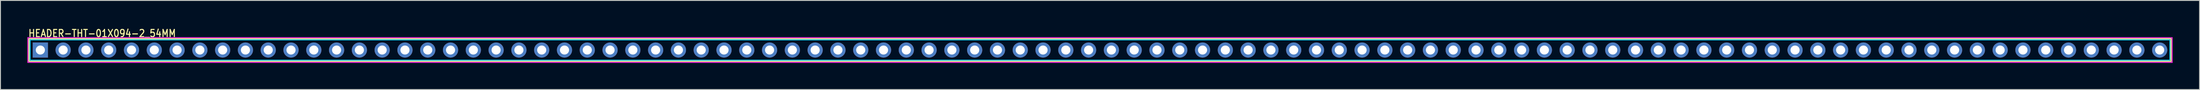
<source format=kicad_pcb>
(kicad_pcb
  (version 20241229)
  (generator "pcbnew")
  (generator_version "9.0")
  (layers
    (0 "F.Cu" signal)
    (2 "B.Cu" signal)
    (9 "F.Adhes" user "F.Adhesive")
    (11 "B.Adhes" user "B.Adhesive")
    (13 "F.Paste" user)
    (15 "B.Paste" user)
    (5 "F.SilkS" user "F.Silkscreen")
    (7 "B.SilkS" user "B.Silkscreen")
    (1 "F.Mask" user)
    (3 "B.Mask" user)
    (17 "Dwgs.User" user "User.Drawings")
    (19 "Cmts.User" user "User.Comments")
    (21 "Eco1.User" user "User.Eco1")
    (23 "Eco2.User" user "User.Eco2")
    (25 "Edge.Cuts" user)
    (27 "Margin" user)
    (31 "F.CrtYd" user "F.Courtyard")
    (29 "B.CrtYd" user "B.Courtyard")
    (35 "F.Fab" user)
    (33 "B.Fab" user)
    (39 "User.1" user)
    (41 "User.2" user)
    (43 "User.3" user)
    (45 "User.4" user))
  (footprint "HEADER-THT-01X094-2_54MM"
    (layer "F.Cu")
    (at 1.447 2.579)
    (property "Reference" "HEADER-THT-01X094-2_54MM" (at -1.4 -1.4 0) (unlocked yes) (layer "F.SilkS") (effects (font (size 0.813 0.695) (thickness 0.122)) (justify left bottom)))
    (fp_line (start -1.27 -1.27) (end -1.27 1.27) (stroke (width 0.127) (type solid)) (layer "F.SilkS"))
    (fp_line (start -1.27 1.27) (end 237.49 1.27) (stroke (width 0.127) (type solid)) (layer "F.SilkS"))
    (fp_line (start 237.49 -1.27) (end -1.27 -1.27) (stroke (width 0.127) (type solid)) (layer "F.SilkS"))
    (fp_line (start 237.49 1.27) (end 237.49 -1.27) (stroke (width 0.127) (type solid)) (layer "F.SilkS"))
    (fp_poly (pts (xy -1.143 -1.143) (xy 237.363 -1.143) (xy 237.363 1.143) (xy -1.143 1.143)) (stroke (width 0.1) (type solid)) (fill no) (layer "B.CrtYd"))
    (fp_poly (pts (xy -1.397 -1.397) (xy 237.617 -1.397) (xy 237.617 1.397) (xy -1.397 1.397)) (stroke (width 0.1) (type solid)) (fill no) (layer "F.CrtYd"))
    (pad "1" thru_hole rect (at 0 0) (size 1.693 1.693) (drill 1.016) (layers "*.Cu" "*.Mask"))
    (pad "2" thru_hole oval (at 2.54 0) (size 1.693 1.693) (drill 1.016) (layers "*.Cu" "*.Mask"))
    (pad "3" thru_hole oval (at 5.08 0) (size 1.693 1.693) (drill 1.016) (layers "*.Cu" "*.Mask"))
    (pad "4" thru_hole oval (at 7.62 0) (size 1.693 1.693) (drill 1.016) (layers "*.Cu" "*.Mask"))
    (pad "5" thru_hole oval (at 10.16 0) (size 1.693 1.693) (drill 1.016) (layers "*.Cu" "*.Mask"))
    (pad "6" thru_hole oval (at 12.7 0) (size 1.693 1.693) (drill 1.016) (layers "*.Cu" "*.Mask"))
    (pad "7" thru_hole oval (at 15.24 0) (size 1.693 1.693) (drill 1.016) (layers "*.Cu" "*.Mask"))
    (pad "8" thru_hole oval (at 17.78 0) (size 1.693 1.693) (drill 1.016) (layers "*.Cu" "*.Mask"))
    (pad "9" thru_hole oval (at 20.32 0) (size 1.693 1.693) (drill 1.016) (layers "*.Cu" "*.Mask"))
    (pad "10" thru_hole oval (at 22.86 0) (size 1.693 1.693) (drill 1.016) (layers "*.Cu" "*.Mask"))
    (pad "11" thru_hole oval (at 25.4 0) (size 1.693 1.693) (drill 1.016) (layers "*.Cu" "*.Mask"))
    (pad "12" thru_hole oval (at 27.94 0) (size 1.693 1.693) (drill 1.016) (layers "*.Cu" "*.Mask"))
    (pad "13" thru_hole oval (at 30.48 0) (size 1.693 1.693) (drill 1.016) (layers "*.Cu" "*.Mask"))
    (pad "14" thru_hole oval (at 33.02 0) (size 1.693 1.693) (drill 1.016) (layers "*.Cu" "*.Mask"))
    (pad "15" thru_hole oval (at 35.56 0) (size 1.693 1.693) (drill 1.016) (layers "*.Cu" "*.Mask"))
    (pad "16" thru_hole oval (at 38.1 0) (size 1.693 1.693) (drill 1.016) (layers "*.Cu" "*.Mask"))
    (pad "17" thru_hole oval (at 40.64 0) (size 1.693 1.693) (drill 1.016) (layers "*.Cu" "*.Mask"))
    (pad "18" thru_hole oval (at 43.18 0) (size 1.693 1.693) (drill 1.016) (layers "*.Cu" "*.Mask"))
    (pad "19" thru_hole oval (at 45.72 0) (size 1.693 1.693) (drill 1.016) (layers "*.Cu" "*.Mask"))
    (pad "20" thru_hole oval (at 48.26 0) (size 1.693 1.693) (drill 1.016) (layers "*.Cu" "*.Mask"))
    (pad "21" thru_hole oval (at 50.8 0) (size 1.693 1.693) (drill 1.016) (layers "*.Cu" "*.Mask"))
    (pad "22" thru_hole oval (at 53.34 0) (size 1.693 1.693) (drill 1.016) (layers "*.Cu" "*.Mask"))
    (pad "23" thru_hole oval (at 55.88 0) (size 1.693 1.693) (drill 1.016) (layers "*.Cu" "*.Mask"))
    (pad "24" thru_hole oval (at 58.42 0) (size 1.693 1.693) (drill 1.016) (layers "*.Cu" "*.Mask"))
    (pad "25" thru_hole oval (at 60.96 0) (size 1.693 1.693) (drill 1.016) (layers "*.Cu" "*.Mask"))
    (pad "26" thru_hole oval (at 63.5 0) (size 1.693 1.693) (drill 1.016) (layers "*.Cu" "*.Mask"))
    (pad "27" thru_hole oval (at 66.04 0) (size 1.693 1.693) (drill 1.016) (layers "*.Cu" "*.Mask"))
    (pad "28" thru_hole oval (at 68.58 0) (size 1.693 1.693) (drill 1.016) (layers "*.Cu" "*.Mask"))
    (pad "29" thru_hole oval (at 71.12 0) (size 1.693 1.693) (drill 1.016) (layers "*.Cu" "*.Mask"))
    (pad "30" thru_hole oval (at 73.66 0) (size 1.693 1.693) (drill 1.016) (layers "*.Cu" "*.Mask"))
    (pad "31" thru_hole oval (at 76.2 0) (size 1.693 1.693) (drill 1.016) (layers "*.Cu" "*.Mask"))
    (pad "32" thru_hole oval (at 78.74 0) (size 1.693 1.693) (drill 1.016) (layers "*.Cu" "*.Mask"))
    (pad "33" thru_hole oval (at 81.28 0) (size 1.693 1.693) (drill 1.016) (layers "*.Cu" "*.Mask"))
    (pad "34" thru_hole oval (at 83.82 0) (size 1.693 1.693) (drill 1.016) (layers "*.Cu" "*.Mask"))
    (pad "35" thru_hole oval (at 86.36 0) (size 1.693 1.693) (drill 1.016) (layers "*.Cu" "*.Mask"))
    (pad "36" thru_hole oval (at 88.9 0) (size 1.693 1.693) (drill 1.016) (layers "*.Cu" "*.Mask"))
    (pad "37" thru_hole oval (at 91.44 0) (size 1.693 1.693) (drill 1.016) (layers "*.Cu" "*.Mask"))
    (pad "38" thru_hole oval (at 93.98 0) (size 1.693 1.693) (drill 1.016) (layers "*.Cu" "*.Mask"))
    (pad "39" thru_hole oval (at 96.52 0) (size 1.693 1.693) (drill 1.016) (layers "*.Cu" "*.Mask"))
    (pad "40" thru_hole oval (at 99.06 0) (size 1.693 1.693) (drill 1.016) (layers "*.Cu" "*.Mask"))
    (pad "41" thru_hole oval (at 101.6 0) (size 1.693 1.693) (drill 1.016) (layers "*.Cu" "*.Mask"))
    (pad "42" thru_hole oval (at 104.14 0) (size 1.693 1.693) (drill 1.016) (layers "*.Cu" "*.Mask"))
    (pad "43" thru_hole oval (at 106.68 0) (size 1.693 1.693) (drill 1.016) (layers "*.Cu" "*.Mask"))
    (pad "44" thru_hole oval (at 109.22 0) (size 1.693 1.693) (drill 1.016) (layers "*.Cu" "*.Mask"))
    (pad "45" thru_hole oval (at 111.76 0) (size 1.693 1.693) (drill 1.016) (layers "*.Cu" "*.Mask"))
    (pad "46" thru_hole oval (at 114.3 0) (size 1.693 1.693) (drill 1.016) (layers "*.Cu" "*.Mask"))
    (pad "47" thru_hole oval (at 116.84 0) (size 1.693 1.693) (drill 1.016) (layers "*.Cu" "*.Mask"))
    (pad "48" thru_hole oval (at 119.38 0) (size 1.693 1.693) (drill 1.016) (layers "*.Cu" "*.Mask"))
    (pad "49" thru_hole oval (at 121.92 0) (size 1.693 1.693) (drill 1.016) (layers "*.Cu" "*.Mask"))
    (pad "50" thru_hole oval (at 124.46 0) (size 1.693 1.693) (drill 1.016) (layers "*.Cu" "*.Mask"))
    (pad "51" thru_hole oval (at 127 0) (size 1.693 1.693) (drill 1.016) (layers "*.Cu" "*.Mask"))
    (pad "52" thru_hole oval (at 129.54 0) (size 1.693 1.693) (drill 1.016) (layers "*.Cu" "*.Mask"))
    (pad "53" thru_hole oval (at 132.08 0) (size 1.693 1.693) (drill 1.016) (layers "*.Cu" "*.Mask"))
    (pad "54" thru_hole oval (at 134.62 0) (size 1.693 1.693) (drill 1.016) (layers "*.Cu" "*.Mask"))
    (pad "55" thru_hole oval (at 137.16 0) (size 1.693 1.693) (drill 1.016) (layers "*.Cu" "*.Mask"))
    (pad "56" thru_hole oval (at 139.7 0) (size 1.693 1.693) (drill 1.016) (layers "*.Cu" "*.Mask"))
    (pad "57" thru_hole oval (at 142.24 0) (size 1.693 1.693) (drill 1.016) (layers "*.Cu" "*.Mask"))
    (pad "58" thru_hole oval (at 144.78 0) (size 1.693 1.693) (drill 1.016) (layers "*.Cu" "*.Mask"))
    (pad "59" thru_hole oval (at 147.32 0) (size 1.693 1.693) (drill 1.016) (layers "*.Cu" "*.Mask"))
    (pad "60" thru_hole oval (at 149.86 0) (size 1.693 1.693) (drill 1.016) (layers "*.Cu" "*.Mask"))
    (pad "61" thru_hole oval (at 152.4 0) (size 1.693 1.693) (drill 1.016) (layers "*.Cu" "*.Mask"))
    (pad "62" thru_hole oval (at 154.94 0) (size 1.693 1.693) (drill 1.016) (layers "*.Cu" "*.Mask"))
    (pad "63" thru_hole oval (at 157.48 0) (size 1.693 1.693) (drill 1.016) (layers "*.Cu" "*.Mask"))
    (pad "64" thru_hole oval (at 160.02 0) (size 1.693 1.693) (drill 1.016) (layers "*.Cu" "*.Mask"))
    (pad "65" thru_hole oval (at 162.56 0) (size 1.693 1.693) (drill 1.016) (layers "*.Cu" "*.Mask"))
    (pad "66" thru_hole oval (at 165.1 0) (size 1.693 1.693) (drill 1.016) (layers "*.Cu" "*.Mask"))
    (pad "67" thru_hole oval (at 167.64 0) (size 1.693 1.693) (drill 1.016) (layers "*.Cu" "*.Mask"))
    (pad "68" thru_hole oval (at 170.18 0) (size 1.693 1.693) (drill 1.016) (layers "*.Cu" "*.Mask"))
    (pad "69" thru_hole oval (at 172.72 0) (size 1.693 1.693) (drill 1.016) (layers "*.Cu" "*.Mask"))
    (pad "70" thru_hole oval (at 175.26 0) (size 1.693 1.693) (drill 1.016) (layers "*.Cu" "*.Mask"))
    (pad "71" thru_hole oval (at 177.8 0) (size 1.693 1.693) (drill 1.016) (layers "*.Cu" "*.Mask"))
    (pad "72" thru_hole oval (at 180.34 0) (size 1.693 1.693) (drill 1.016) (layers "*.Cu" "*.Mask"))
    (pad "73" thru_hole oval (at 182.88 0) (size 1.693 1.693) (drill 1.016) (layers "*.Cu" "*.Mask"))
    (pad "74" thru_hole oval (at 185.42 0) (size 1.693 1.693) (drill 1.016) (layers "*.Cu" "*.Mask"))
    (pad "75" thru_hole oval (at 187.96 0) (size 1.693 1.693) (drill 1.016) (layers "*.Cu" "*.Mask"))
    (pad "76" thru_hole oval (at 190.5 0) (size 1.693 1.693) (drill 1.016) (layers "*.Cu" "*.Mask"))
    (pad "77" thru_hole oval (at 193.04 0) (size 1.693 1.693) (drill 1.016) (layers "*.Cu" "*.Mask"))
    (pad "78" thru_hole oval (at 195.58 0) (size 1.693 1.693) (drill 1.016) (layers "*.Cu" "*.Mask"))
    (pad "79" thru_hole oval (at 198.12 0) (size 1.693 1.693) (drill 1.016) (layers "*.Cu" "*.Mask"))
    (pad "80" thru_hole oval (at 200.66 0) (size 1.693 1.693) (drill 1.016) (layers "*.Cu" "*.Mask"))
    (pad "81" thru_hole oval (at 203.2 0) (size 1.693 1.693) (drill 1.016) (layers "*.Cu" "*.Mask"))
    (pad "82" thru_hole oval (at 205.74 0) (size 1.693 1.693) (drill 1.016) (layers "*.Cu" "*.Mask"))
    (pad "83" thru_hole oval (at 208.28 0) (size 1.693 1.693) (drill 1.016) (layers "*.Cu" "*.Mask"))
    (pad "84" thru_hole oval (at 210.82 0) (size 1.693 1.693) (drill 1.016) (layers "*.Cu" "*.Mask"))
    (pad "85" thru_hole oval (at 213.36 0) (size 1.693 1.693) (drill 1.016) (layers "*.Cu" "*.Mask"))
    (pad "86" thru_hole oval (at 215.9 0) (size 1.693 1.693) (drill 1.016) (layers "*.Cu" "*.Mask"))
    (pad "87" thru_hole oval (at 218.44 0) (size 1.693 1.693) (drill 1.016) (layers "*.Cu" "*.Mask"))
    (pad "88" thru_hole oval (at 220.98 0) (size 1.693 1.693) (drill 1.016) (layers "*.Cu" "*.Mask"))
    (pad "89" thru_hole oval (at 223.52 0) (size 1.693 1.693) (drill 1.016) (layers "*.Cu" "*.Mask"))
    (pad "90" thru_hole oval (at 226.06 0) (size 1.693 1.693) (drill 1.016) (layers "*.Cu" "*.Mask"))
    (pad "91" thru_hole oval (at 228.6 0) (size 1.693 1.693) (drill 1.016) (layers "*.Cu" "*.Mask"))
    (pad "92" thru_hole oval (at 231.14 0) (size 1.693 1.693) (drill 1.016) (layers "*.Cu" "*.Mask"))
    (pad "93" thru_hole oval (at 233.68 0) (size 1.693 1.693) (drill 1.016) (layers "*.Cu" "*.Mask"))
    (pad "94" thru_hole oval (at 236.22 0) (size 1.693 1.693) (drill 1.016) (layers "*.Cu" "*.Mask")))
  (gr_rect
    (start -3 -3)
    (end 242.114 7.026)
    (stroke (width 0.1) (type default))
    (fill no)
    (layer "Edge.Cuts")))
</source>
